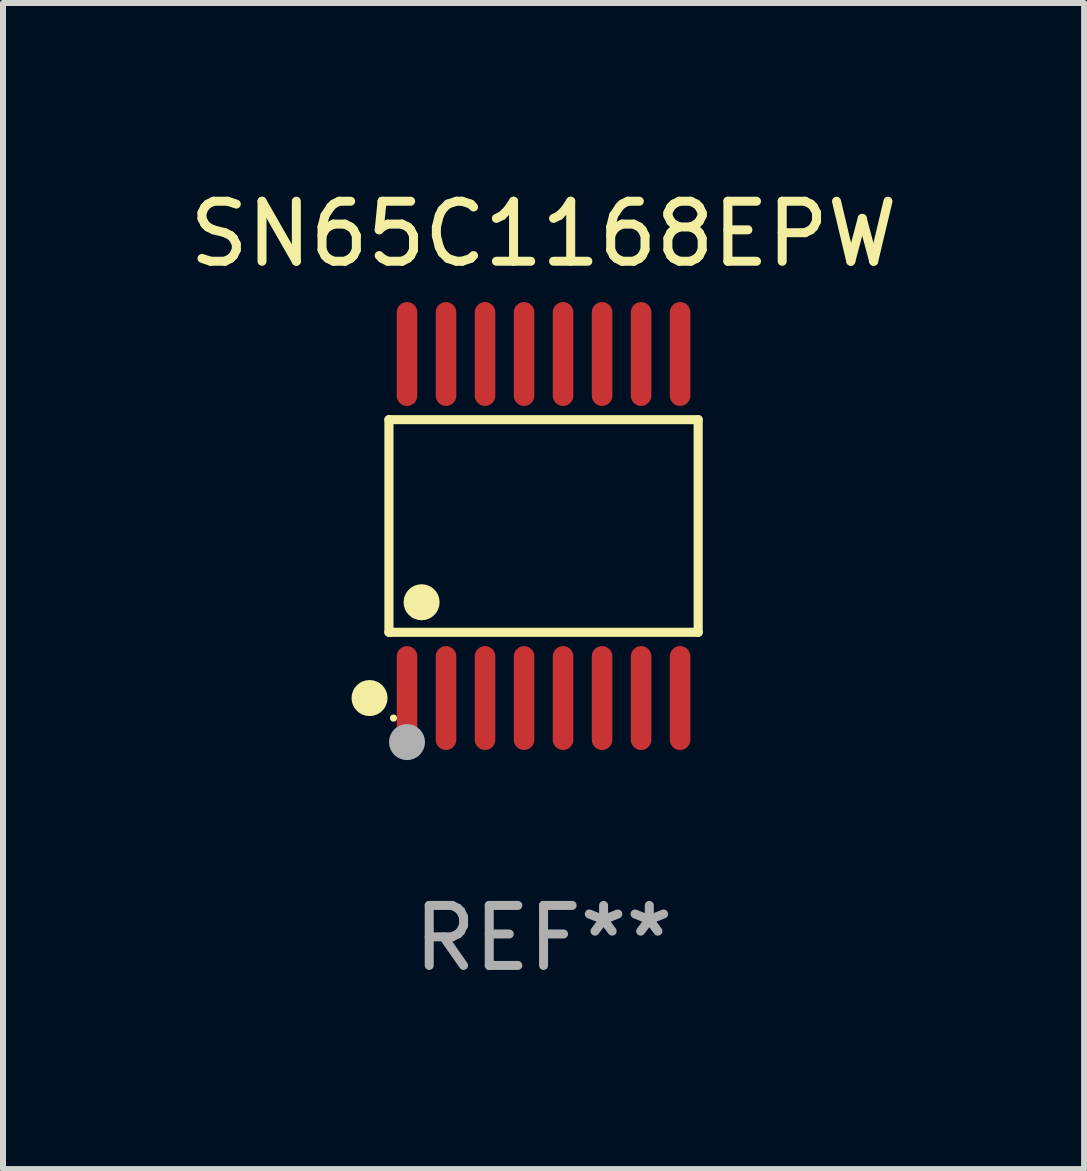
<source format=kicad_pcb>
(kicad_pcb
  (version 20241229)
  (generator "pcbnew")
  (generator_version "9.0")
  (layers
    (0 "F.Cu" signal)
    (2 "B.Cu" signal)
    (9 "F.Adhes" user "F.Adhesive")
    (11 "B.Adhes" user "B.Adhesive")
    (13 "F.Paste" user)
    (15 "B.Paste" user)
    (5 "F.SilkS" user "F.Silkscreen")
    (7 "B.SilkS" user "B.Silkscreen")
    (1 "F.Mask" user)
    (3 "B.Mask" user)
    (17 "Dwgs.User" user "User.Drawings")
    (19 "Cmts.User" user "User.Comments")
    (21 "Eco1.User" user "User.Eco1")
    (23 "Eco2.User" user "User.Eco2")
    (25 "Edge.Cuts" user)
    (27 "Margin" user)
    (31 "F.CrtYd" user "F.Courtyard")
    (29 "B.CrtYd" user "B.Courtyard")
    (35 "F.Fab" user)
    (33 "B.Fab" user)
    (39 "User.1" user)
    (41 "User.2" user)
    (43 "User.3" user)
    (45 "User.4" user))
  (footprint "SN65C1168EPW"
    (layer "F.Cu")
    (at 6.006 5.714)
    (property "Reference" "SN65C1168EPW" (at 0 -4.866 0) (layer "F.SilkS") (effects (font (size 1 1) (thickness 0.15))))
    (attr through_hole)
    (fp_line (start -2.576 -1.772) (end 2.576 -1.772) (stroke (width 0.152) (type solid)) (layer "F.SilkS"))
    (fp_line (start -2.576 1.771) (end -2.576 -1.772) (stroke (width 0.152) (type solid)) (layer "F.SilkS"))
    (fp_line (start 2.576 -1.772) (end 2.576 1.771) (stroke (width 0.152) (type solid)) (layer "F.SilkS"))
    (fp_line (start 2.576 1.771) (end -2.576 1.771) (stroke (width 0.152) (type solid)) (layer "F.SilkS"))
    (fp_circle (center -2.899 2.866) (end -2.749 2.866) (stroke (width 0.3) (type solid)) (fill no) (layer "F.SilkS"))
    (fp_circle (center -2.5 3.2) (end -2.47 3.2) (stroke (width 0.06) (type solid)) (fill no) (layer "F.SilkS"))
    (fp_circle (center -2.032 1.27) (end -1.882 1.27) (stroke (width 0.3) (type solid)) (fill no) (layer "F.SilkS"))
    (fp_circle (center -2.275 3.6) (end -2.125 3.6) (stroke (width 0.3) (type solid)) (fill no) (layer "F.Fab"))
    (fp_text user "REF**" (at 0 6.866 0) (layer "F.Fab") (effects (font (size 1 1) (thickness 0.15))))
    (pad "1" smd oval (at -2.275 2.866) (size 0.343 1.731) (layers "F.Cu" "F.Mask" "F.Paste"))
    (pad "2" smd oval (at -1.625 2.866) (size 0.343 1.731) (layers "F.Cu" "F.Mask" "F.Paste"))
    (pad "3" smd oval (at -0.975 2.866) (size 0.343 1.731) (layers "F.Cu" "F.Mask" "F.Paste"))
    (pad "4" smd oval (at -0.325 2.866) (size 0.343 1.731) (layers "F.Cu" "F.Mask" "F.Paste"))
    (pad "5" smd oval (at 0.325 2.866) (size 0.343 1.731) (layers "F.Cu" "F.Mask" "F.Paste"))
    (pad "6" smd oval (at 0.975 2.866) (size 0.343 1.731) (layers "F.Cu" "F.Mask" "F.Paste"))
    (pad "7" smd oval (at 1.625 2.866) (size 0.343 1.731) (layers "F.Cu" "F.Mask" "F.Paste"))
    (pad "8" smd oval (at 2.275 2.866) (size 0.343 1.731) (layers "F.Cu" "F.Mask" "F.Paste"))
    (pad "9" smd oval (at 2.275 -2.866) (size 0.343 1.731) (layers "F.Cu" "F.Mask" "F.Paste"))
    (pad "10" smd oval (at 1.625 -2.866) (size 0.343 1.731) (layers "F.Cu" "F.Mask" "F.Paste"))
    (pad "11" smd oval (at 0.975 -2.866) (size 0.343 1.731) (layers "F.Cu" "F.Mask" "F.Paste"))
    (pad "12" smd oval (at 0.325 -2.866) (size 0.343 1.731) (layers "F.Cu" "F.Mask" "F.Paste"))
    (pad "13" smd oval (at -0.325 -2.866) (size 0.343 1.731) (layers "F.Cu" "F.Mask" "F.Paste"))
    (pad "14" smd oval (at -0.975 -2.866) (size 0.343 1.731) (layers "F.Cu" "F.Mask" "F.Paste"))
    (pad "15" smd oval (at -1.625 -2.866) (size 0.343 1.731) (layers "F.Cu" "F.Mask" "F.Paste"))
    (pad "16" smd oval (at -2.275 -2.866) (size 0.343 1.731) (layers "F.Cu" "F.Mask" "F.Paste")))
  (gr_rect
    (start -3 -3)
    (end 15.012 16.428)
    (stroke (width 0.1) (type default))
    (fill no)
    (layer "Edge.Cuts")))
</source>
